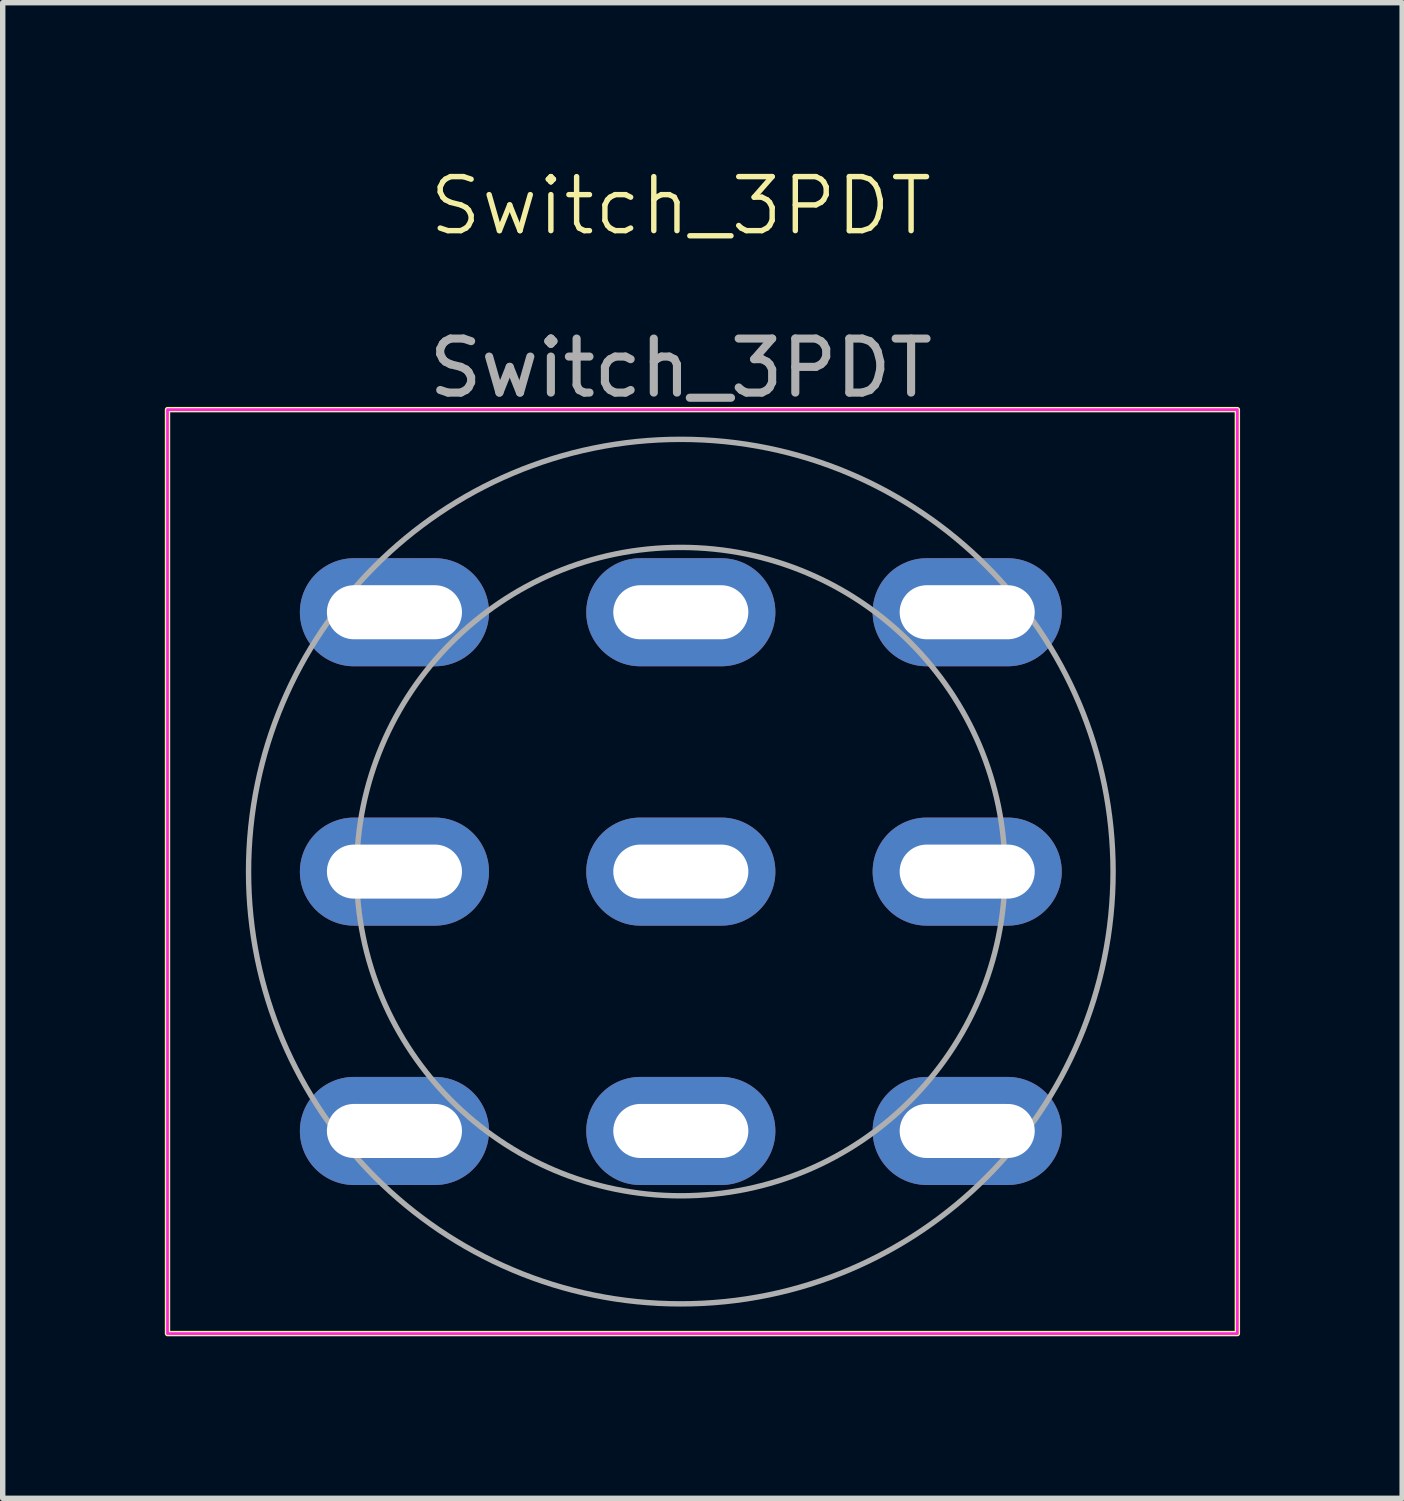
<source format=kicad_pcb>
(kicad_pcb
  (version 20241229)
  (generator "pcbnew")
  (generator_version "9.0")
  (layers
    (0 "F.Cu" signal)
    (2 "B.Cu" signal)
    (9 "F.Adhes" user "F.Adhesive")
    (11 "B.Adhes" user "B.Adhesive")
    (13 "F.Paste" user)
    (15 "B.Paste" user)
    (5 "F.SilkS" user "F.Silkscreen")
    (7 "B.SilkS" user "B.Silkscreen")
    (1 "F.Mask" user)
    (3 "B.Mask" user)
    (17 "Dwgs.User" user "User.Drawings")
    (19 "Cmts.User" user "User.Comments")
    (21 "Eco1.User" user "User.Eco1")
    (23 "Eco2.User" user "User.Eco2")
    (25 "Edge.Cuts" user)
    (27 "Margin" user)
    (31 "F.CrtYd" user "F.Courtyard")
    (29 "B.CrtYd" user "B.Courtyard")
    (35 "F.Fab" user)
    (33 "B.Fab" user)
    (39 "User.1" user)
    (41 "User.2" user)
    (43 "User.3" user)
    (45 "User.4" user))
  (footprint "Switch_3PDT"
    (layer "F.Cu")
    (at 9.55 13.081)
    (property "Reference" "Switch_3PDT" (at 0 -12.32 0) (unlocked yes) (layer "F.SilkS") (effects (font (size 1 1) (thickness 0.1))))
    (attr through_hole)
    (fp_rect (start -9.5 -8.55) (end 10.3 8.55) (stroke (width 0.1) (type default)) (fill no) (layer "F.SilkS"))
    (fp_rect (start -9.5 -8.55) (end 10.3 8.55) (stroke (width 0.05) (type default)) (fill no) (layer "F.CrtYd"))
    (fp_circle (center 0 0) (end 6 0) (stroke (width 0.1) (type default)) (fill no) (layer "F.Fab"))
    (fp_circle (center 0 0) (end 8 0) (stroke (width 0.1) (type default)) (fill no) (layer "F.Fab"))
    (fp_text user "${REFERENCE}" (at 0 -9.32 0) (unlocked yes) (layer "F.Fab") (effects (font (size 1 1) (thickness 0.15))))
    (pad "1" thru_hole oval (at -5.3 -4.8) (size 3.5 2) (drill oval 2.5 1) (layers "*.Cu" "*.Mask"))
    (pad "2" thru_hole oval (at -5.3 0) (size 3.5 2) (drill oval 2.5 1) (layers "*.Cu" "*.Mask"))
    (pad "3" thru_hole oval (at -5.3 4.8) (size 3.5 2) (drill oval 2.5 1) (layers "*.Cu" "*.Mask"))
    (pad "4" thru_hole oval (at 0 -4.8) (size 3.5 2) (drill oval 2.5 1) (layers "*.Cu" "*.Mask"))
    (pad "5" thru_hole oval (at 0 0) (size 3.5 2) (drill oval 2.5 1) (layers "*.Cu" "*.Mask"))
    (pad "6" thru_hole oval (at 0 4.8) (size 3.5 2) (drill oval 2.5 1) (layers "*.Cu" "*.Mask"))
    (pad "7" thru_hole oval (at 5.3 -4.8) (size 3.5 2) (drill oval 2.5 1) (layers "*.Cu" "*.Mask"))
    (pad "8" thru_hole oval (at 5.3 0) (size 3.5 2) (drill oval 2.5 1) (layers "*.Cu" "*.Mask"))
    (pad "9" thru_hole oval (at 5.3 4.8) (size 3.5 2) (drill oval 2.5 1) (layers "*.Cu" "*.Mask")))
  (gr_rect
    (start -3 -3)
    (end 22.9 24.68)
    (stroke (width 0.1) (type default))
    (fill no)
    (layer "Edge.Cuts")))
</source>
